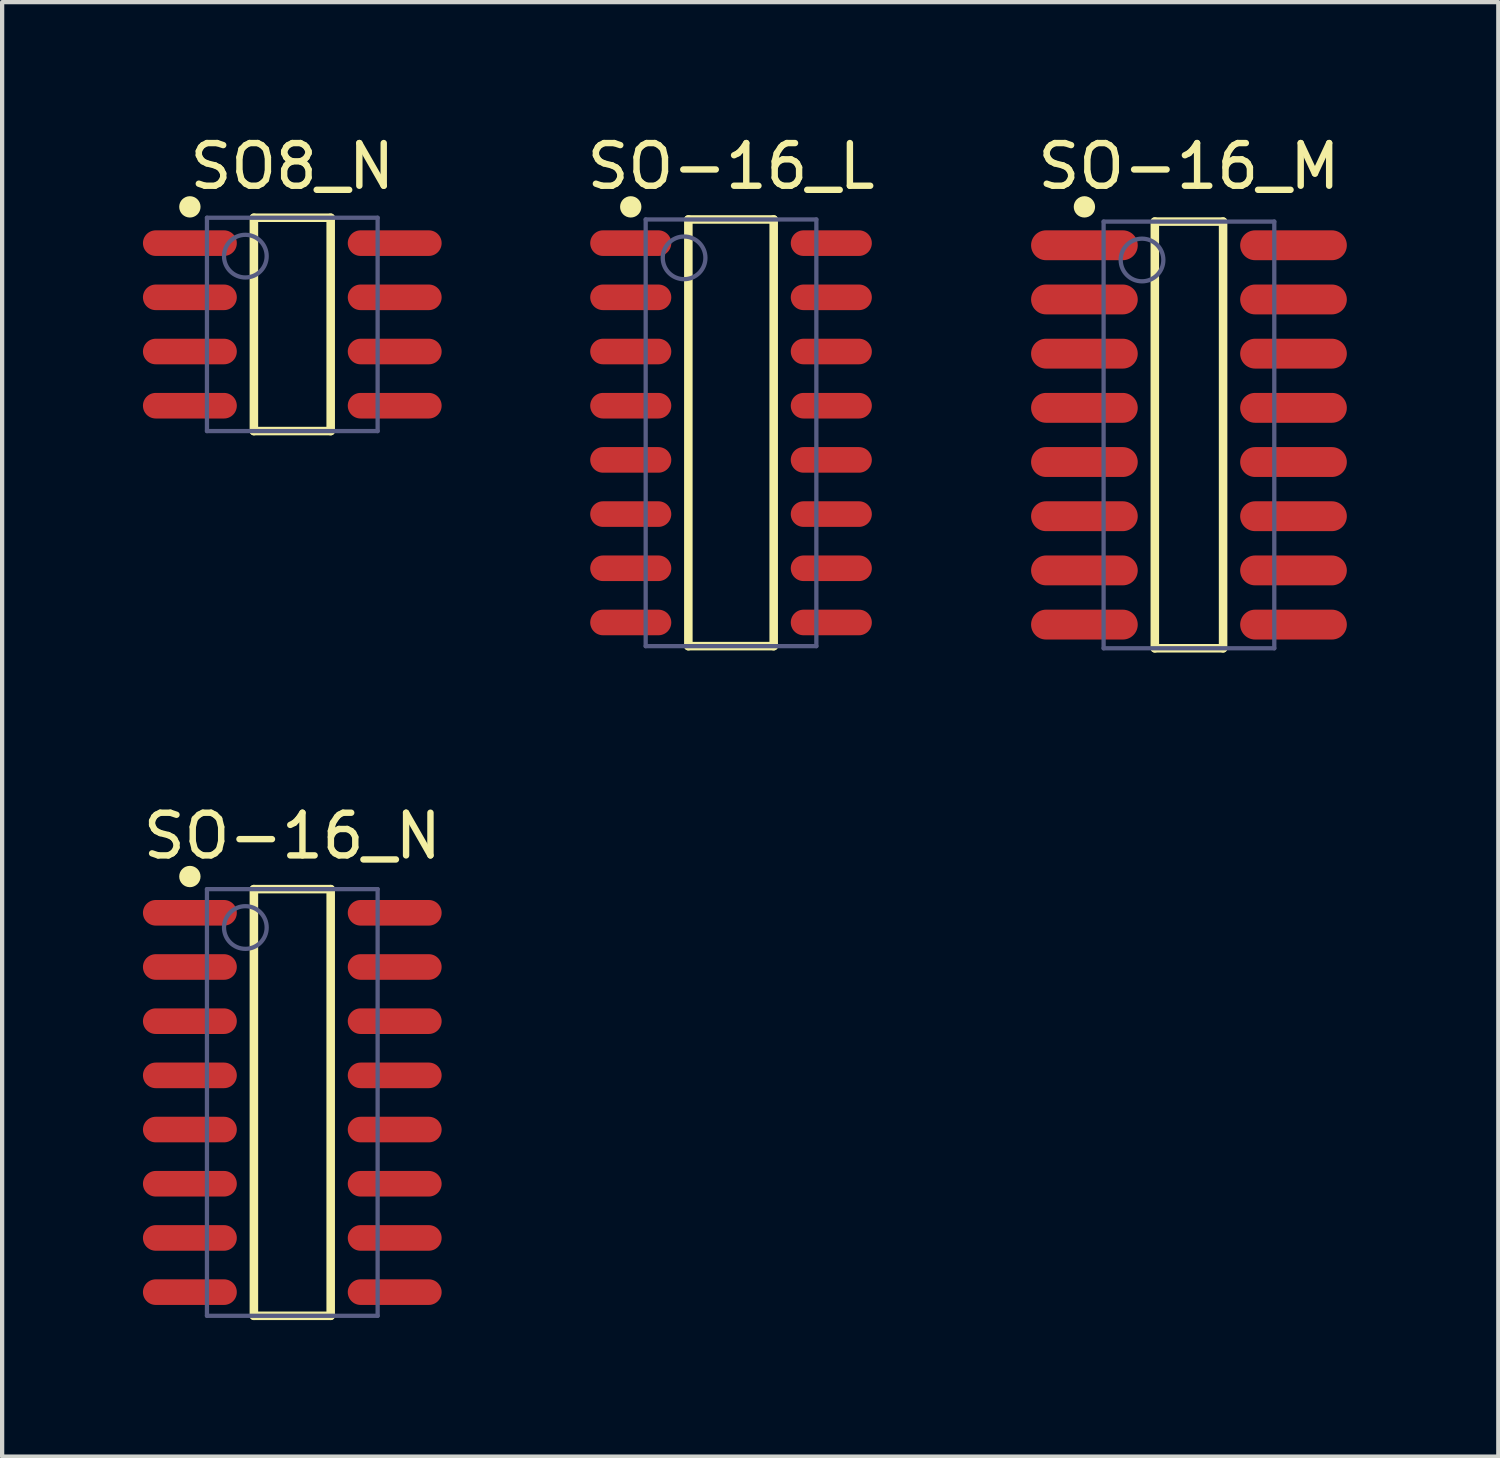
<source format=kicad_pcb>
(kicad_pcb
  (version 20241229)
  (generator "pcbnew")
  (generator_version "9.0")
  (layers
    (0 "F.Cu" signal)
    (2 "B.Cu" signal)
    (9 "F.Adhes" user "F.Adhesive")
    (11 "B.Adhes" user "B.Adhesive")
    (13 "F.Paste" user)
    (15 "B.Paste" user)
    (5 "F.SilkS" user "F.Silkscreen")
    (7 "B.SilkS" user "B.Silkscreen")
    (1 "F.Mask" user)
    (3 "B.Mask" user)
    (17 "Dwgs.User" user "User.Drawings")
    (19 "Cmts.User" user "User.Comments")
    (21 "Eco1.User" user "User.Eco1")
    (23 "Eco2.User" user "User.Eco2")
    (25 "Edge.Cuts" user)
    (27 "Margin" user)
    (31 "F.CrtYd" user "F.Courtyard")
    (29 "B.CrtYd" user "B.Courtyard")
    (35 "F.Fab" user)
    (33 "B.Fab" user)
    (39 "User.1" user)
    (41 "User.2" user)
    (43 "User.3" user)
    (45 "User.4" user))
  (footprint "SO-16_N"
    (layer "F.Cu")
    (at 3.8 22.787)
    (property "Reference" "SO-16_N" (at 0 -6.245 0) (layer "F.SilkS") (effects (font (size 1 1) (thickness 0.15))))
    (fp_line (start -0.9 -5) (end 0.9 -5) (stroke (width 0.2) (type solid)) (layer "F.SilkS"))
    (fp_line (start -0.9 5) (end -0.9 -5) (stroke (width 0.2) (type solid)) (layer "F.SilkS"))
    (fp_line (start -0.9 5) (end 0.9 5) (stroke (width 0.2) (type solid)) (layer "F.SilkS"))
    (fp_line (start 0.9 5) (end 0.9 -5) (stroke (width 0.2) (type solid)) (layer "F.SilkS"))
    (fp_circle (center -2.4 -5.295) (end -2.4 -5.42) (stroke (width 0.25) (type solid)) (fill no) (layer "F.SilkS"))
    (fp_line (start -3.75 -5.25) (end 3.75 -5.25) (stroke (width 0.1) (type solid)) (layer "Eco2.User"))
    (fp_line (start -3.75 5.25) (end -3.75 -5.25) (stroke (width 0.1) (type solid)) (layer "Eco2.User"))
    (fp_line (start -3.75 5.25) (end 3.75 5.25) (stroke (width 0.1) (type solid)) (layer "Eco2.User"))
    (fp_line (start -0.5 0) (end 0.5 0) (stroke (width 0.1) (type solid)) (layer "Eco2.User"))
    (fp_line (start 0 0.5) (end 0 -0.5) (stroke (width 0.1) (type solid)) (layer "Eco2.User"))
    (fp_line (start 3.75 5.25) (end 3.75 -5.25) (stroke (width 0.1) (type solid)) (layer "Eco2.User"))
    (fp_line (start -2 -5) (end 2 -5) (stroke (width 0.1) (type solid)) (layer "B.Fab"))
    (fp_line (start -2 5) (end -2 -5) (stroke (width 0.1) (type solid)) (layer "B.Fab"))
    (fp_line (start -2 5) (end 2 5) (stroke (width 0.1) (type solid)) (layer "B.Fab"))
    (fp_line (start 2 5) (end 2 -5) (stroke (width 0.1) (type solid)) (layer "B.Fab"))
    (fp_circle (center -1.1 -4.1) (end -1.1 -4.6) (stroke (width 0.1) (type solid)) (fill no) (layer "B.Fab"))
    (pad "1" smd oval (at -2.4 -4.445 90) (size 0.6 2.2) (layers "F.Cu" "F.Mask" "F.Paste"))
    (pad "2" smd oval (at -2.4 -3.175 90) (size 0.6 2.2) (layers "F.Cu" "F.Mask" "F.Paste"))
    (pad "3" smd oval (at -2.4 -1.905 90) (size 0.6 2.2) (layers "F.Cu" "F.Mask" "F.Paste"))
    (pad "4" smd oval (at -2.4 -0.635 90) (size 0.6 2.2) (layers "F.Cu" "F.Mask" "F.Paste"))
    (pad "5" smd oval (at -2.4 0.635 90) (size 0.6 2.2) (layers "F.Cu" "F.Mask" "F.Paste"))
    (pad "6" smd oval (at -2.4 1.905 90) (size 0.6 2.2) (layers "F.Cu" "F.Mask" "F.Paste"))
    (pad "7" smd oval (at -2.4 3.175 90) (size 0.6 2.2) (layers "F.Cu" "F.Mask" "F.Paste"))
    (pad "8" smd oval (at -2.4 4.445 90) (size 0.6 2.2) (layers "F.Cu" "F.Mask" "F.Paste"))
    (pad "9" smd oval (at 2.4 4.445 90) (size 0.6 2.2) (layers "F.Cu" "F.Mask" "F.Paste"))
    (pad "10" smd oval (at 2.4 3.175 90) (size 0.6 2.2) (layers "F.Cu" "F.Mask" "F.Paste"))
    (pad "11" smd oval (at 2.4 1.905 90) (size 0.6 2.2) (layers "F.Cu" "F.Mask" "F.Paste"))
    (pad "12" smd oval (at 2.4 0.635 90) (size 0.6 2.2) (layers "F.Cu" "F.Mask" "F.Paste"))
    (pad "13" smd oval (at 2.4 -0.635 90) (size 0.6 2.2) (layers "F.Cu" "F.Mask" "F.Paste"))
    (pad "14" smd oval (at 2.4 -1.905 90) (size 0.6 2.2) (layers "F.Cu" "F.Mask" "F.Paste"))
    (pad "15" smd oval (at 2.4 -3.175 90) (size 0.6 2.2) (layers "F.Cu" "F.Mask" "F.Paste"))
    (pad "16" smd oval (at 2.4 -4.445 90) (size 0.6 2.2) (layers "F.Cu" "F.Mask" "F.Paste")))
  (footprint "SO8_N"
    (layer "F.Cu")
    (at 3.8 4.553)
    (property "Reference" "SO8_N" (at 0 -3.705 0) (layer "F.SilkS") (effects (font (size 1 1) (thickness 0.15))))
    (fp_line (start -0.9 -2.5) (end 0.9 -2.5) (stroke (width 0.2) (type solid)) (layer "F.SilkS"))
    (fp_line (start -0.9 2.5) (end -0.9 -2.5) (stroke (width 0.2) (type solid)) (layer "F.SilkS"))
    (fp_line (start -0.9 2.5) (end 0.9 2.5) (stroke (width 0.2) (type solid)) (layer "F.SilkS"))
    (fp_line (start 0.9 2.5) (end 0.9 -2.5) (stroke (width 0.2) (type solid)) (layer "F.SilkS"))
    (fp_circle (center -2.4 -2.755) (end -2.4 -2.88) (stroke (width 0.25) (type solid)) (fill no) (layer "F.SilkS"))
    (fp_line (start -3.75 -2.75) (end 3.75 -2.75) (stroke (width 0.1) (type solid)) (layer "Eco2.User"))
    (fp_line (start -3.75 2.75) (end -3.75 -2.75) (stroke (width 0.1) (type solid)) (layer "Eco2.User"))
    (fp_line (start -3.75 2.75) (end 3.75 2.75) (stroke (width 0.1) (type solid)) (layer "Eco2.User"))
    (fp_line (start -0.5 0) (end 0.5 0) (stroke (width 0.1) (type solid)) (layer "Eco2.User"))
    (fp_line (start 0 0.5) (end 0 -0.5) (stroke (width 0.1) (type solid)) (layer "Eco2.User"))
    (fp_line (start 3.75 2.75) (end 3.75 -2.75) (stroke (width 0.1) (type solid)) (layer "Eco2.User"))
    (fp_line (start -2 -2.5) (end 2 -2.5) (stroke (width 0.1) (type solid)) (layer "B.Fab"))
    (fp_line (start -2 2.5) (end -2 -2.5) (stroke (width 0.1) (type solid)) (layer "B.Fab"))
    (fp_line (start -2 2.5) (end 2 2.5) (stroke (width 0.1) (type solid)) (layer "B.Fab"))
    (fp_line (start 2 2.5) (end 2 -2.5) (stroke (width 0.1) (type solid)) (layer "B.Fab"))
    (fp_circle (center -1.1 -1.6) (end -1.1 -2.1) (stroke (width 0.1) (type solid)) (fill no) (layer "B.Fab"))
    (pad "1" smd oval (at -2.4 -1.905 90) (size 0.6 2.2) (layers "F.Cu" "F.Mask" "F.Paste"))
    (pad "2" smd oval (at -2.4 -0.635 90) (size 0.6 2.2) (layers "F.Cu" "F.Mask" "F.Paste"))
    (pad "3" smd oval (at -2.4 0.635 90) (size 0.6 2.2) (layers "F.Cu" "F.Mask" "F.Paste"))
    (pad "4" smd oval (at -2.4 1.905 90) (size 0.6 2.2) (layers "F.Cu" "F.Mask" "F.Paste"))
    (pad "5" smd oval (at 2.4 1.905 90) (size 0.6 2.2) (layers "F.Cu" "F.Mask" "F.Paste"))
    (pad "6" smd oval (at 2.4 0.635 90) (size 0.6 2.2) (layers "F.Cu" "F.Mask" "F.Paste"))
    (pad "7" smd oval (at 2.4 -0.635 90) (size 0.6 2.2) (layers "F.Cu" "F.Mask" "F.Paste"))
    (pad "8" smd oval (at 2.4 -1.905 90) (size 0.6 2.2) (layers "F.Cu" "F.Mask" "F.Paste")))
  (footprint "SO-16_L"
    (layer "F.Cu")
    (at 14.082 7.093)
    (property "Reference" "SO-16_L" (at 0 -6.245 0) (layer "F.SilkS") (effects (font (size 1 1) (thickness 0.15))))
    (fp_line (start -1 -5) (end 1 -5) (stroke (width 0.2) (type solid)) (layer "F.SilkS"))
    (fp_line (start -1 5) (end -1 -5) (stroke (width 0.2) (type solid)) (layer "F.SilkS"))
    (fp_line (start -1 5) (end 1 5) (stroke (width 0.2) (type solid)) (layer "F.SilkS"))
    (fp_line (start 1 5) (end 1 -5) (stroke (width 0.2) (type solid)) (layer "F.SilkS"))
    (fp_circle (center -2.35 -5.295) (end -2.35 -5.42) (stroke (width 0.25) (type solid)) (fill no) (layer "F.SilkS"))
    (fp_line (start -3.4 -5.1) (end 3.4 -5.1) (stroke (width 0.1) (type solid)) (layer "Eco2.User"))
    (fp_line (start -3.4 5.1) (end -3.4 -5.1) (stroke (width 0.1) (type solid)) (layer "Eco2.User"))
    (fp_line (start -3.4 5.1) (end 3.4 5.1) (stroke (width 0.1) (type solid)) (layer "Eco2.User"))
    (fp_line (start -0.5 0) (end 0.5 0) (stroke (width 0.1) (type solid)) (layer "Eco2.User"))
    (fp_line (start 0 0.5) (end 0 -0.5) (stroke (width 0.1) (type solid)) (layer "Eco2.User"))
    (fp_line (start 3.4 5.1) (end 3.4 -5.1) (stroke (width 0.1) (type solid)) (layer "Eco2.User"))
    (fp_line (start -2 -5) (end 2 -5) (stroke (width 0.1) (type solid)) (layer "B.Fab"))
    (fp_line (start -2 5) (end -2 -5) (stroke (width 0.1) (type solid)) (layer "B.Fab"))
    (fp_line (start -2 5) (end 2 5) (stroke (width 0.1) (type solid)) (layer "B.Fab"))
    (fp_line (start 2 5) (end 2 -5) (stroke (width 0.1) (type solid)) (layer "B.Fab"))
    (fp_circle (center -1.1 -4.1) (end -1.1 -4.6) (stroke (width 0.1) (type solid)) (fill no) (layer "B.Fab"))
    (pad "1" smd oval (at -2.35 -4.445 90) (size 0.6 1.9) (layers "F.Cu" "F.Mask" "F.Paste"))
    (pad "2" smd oval (at -2.35 -3.175 90) (size 0.6 1.9) (layers "F.Cu" "F.Mask" "F.Paste"))
    (pad "3" smd oval (at -2.35 -1.905 90) (size 0.6 1.9) (layers "F.Cu" "F.Mask" "F.Paste"))
    (pad "4" smd oval (at -2.35 -0.635 90) (size 0.6 1.9) (layers "F.Cu" "F.Mask" "F.Paste"))
    (pad "5" smd oval (at -2.35 0.635 90) (size 0.6 1.9) (layers "F.Cu" "F.Mask" "F.Paste"))
    (pad "6" smd oval (at -2.35 1.905 90) (size 0.6 1.9) (layers "F.Cu" "F.Mask" "F.Paste"))
    (pad "7" smd oval (at -2.35 3.175 90) (size 0.6 1.9) (layers "F.Cu" "F.Mask" "F.Paste"))
    (pad "8" smd oval (at -2.35 4.445 90) (size 0.6 1.9) (layers "F.Cu" "F.Mask" "F.Paste"))
    (pad "9" smd oval (at 2.35 4.445 90) (size 0.6 1.9) (layers "F.Cu" "F.Mask" "F.Paste"))
    (pad "10" smd oval (at 2.35 3.175 90) (size 0.6 1.9) (layers "F.Cu" "F.Mask" "F.Paste"))
    (pad "11" smd oval (at 2.35 1.905 90) (size 0.6 1.9) (layers "F.Cu" "F.Mask" "F.Paste"))
    (pad "12" smd oval (at 2.35 0.635 90) (size 0.6 1.9) (layers "F.Cu" "F.Mask" "F.Paste"))
    (pad "13" smd oval (at 2.35 -0.635 90) (size 0.6 1.9) (layers "F.Cu" "F.Mask" "F.Paste"))
    (pad "14" smd oval (at 2.35 -1.905 90) (size 0.6 1.9) (layers "F.Cu" "F.Mask" "F.Paste"))
    (pad "15" smd oval (at 2.35 -3.175 90) (size 0.6 1.9) (layers "F.Cu" "F.Mask" "F.Paste"))
    (pad "16" smd oval (at 2.35 -4.445 90) (size 0.6 1.9) (layers "F.Cu" "F.Mask" "F.Paste")))
  (footprint "SO-16_M"
    (layer "F.Cu")
    (at 24.814 7.143)
    (property "Reference" "SO-16_M" (at 0 -6.295 0) (layer "F.SilkS") (effects (font (size 1 1) (thickness 0.15))))
    (fp_line (start -0.8 -5) (end 0.8 -5) (stroke (width 0.2) (type solid)) (layer "F.SilkS"))
    (fp_line (start -0.8 5) (end -0.8 -5) (stroke (width 0.2) (type solid)) (layer "F.SilkS"))
    (fp_line (start -0.8 5) (end 0.8 5) (stroke (width 0.2) (type solid)) (layer "F.SilkS"))
    (fp_line (start 0.8 5) (end 0.8 -5) (stroke (width 0.2) (type solid)) (layer "F.SilkS"))
    (fp_circle (center -2.45 -5.345) (end -2.45 -5.47) (stroke (width 0.25) (type solid)) (fill no) (layer "F.SilkS"))
    (fp_line (start -4.2 -5.5) (end 4.2 -5.5) (stroke (width 0.1) (type solid)) (layer "Eco2.User"))
    (fp_line (start -4.2 5.5) (end -4.2 -5.5) (stroke (width 0.1) (type solid)) (layer "Eco2.User"))
    (fp_line (start -4.2 5.5) (end 4.2 5.5) (stroke (width 0.1) (type solid)) (layer "Eco2.User"))
    (fp_line (start -0.5 0) (end 0.5 0) (stroke (width 0.1) (type solid)) (layer "Eco2.User"))
    (fp_line (start 0 0.5) (end 0 -0.5) (stroke (width 0.1) (type solid)) (layer "Eco2.User"))
    (fp_line (start 4.2 5.5) (end 4.2 -5.5) (stroke (width 0.1) (type solid)) (layer "Eco2.User"))
    (fp_line (start -2 -5) (end 2 -5) (stroke (width 0.1) (type solid)) (layer "B.Fab"))
    (fp_line (start -2 5) (end -2 -5) (stroke (width 0.1) (type solid)) (layer "B.Fab"))
    (fp_line (start -2 5) (end 2 5) (stroke (width 0.1) (type solid)) (layer "B.Fab"))
    (fp_line (start 2 5) (end 2 -5) (stroke (width 0.1) (type solid)) (layer "B.Fab"))
    (fp_circle (center -1.1 -4.1) (end -1.1 -4.6) (stroke (width 0.1) (type solid)) (fill no) (layer "B.Fab"))
    (pad "1" smd oval (at -2.45 -4.445 90) (size 0.7 2.5) (layers "F.Cu" "F.Mask" "F.Paste"))
    (pad "2" smd oval (at -2.45 -3.175 90) (size 0.7 2.5) (layers "F.Cu" "F.Mask" "F.Paste"))
    (pad "3" smd oval (at -2.45 -1.905 90) (size 0.7 2.5) (layers "F.Cu" "F.Mask" "F.Paste"))
    (pad "4" smd oval (at -2.45 -0.635 90) (size 0.7 2.5) (layers "F.Cu" "F.Mask" "F.Paste"))
    (pad "5" smd oval (at -2.45 0.635 90) (size 0.7 2.5) (layers "F.Cu" "F.Mask" "F.Paste"))
    (pad "6" smd oval (at -2.45 1.905 90) (size 0.7 2.5) (layers "F.Cu" "F.Mask" "F.Paste"))
    (pad "7" smd oval (at -2.45 3.175 90) (size 0.7 2.5) (layers "F.Cu" "F.Mask" "F.Paste"))
    (pad "8" smd oval (at -2.45 4.445 90) (size 0.7 2.5) (layers "F.Cu" "F.Mask" "F.Paste"))
    (pad "9" smd oval (at 2.45 4.445 90) (size 0.7 2.5) (layers "F.Cu" "F.Mask" "F.Paste"))
    (pad "10" smd oval (at 2.45 3.175 90) (size 0.7 2.5) (layers "F.Cu" "F.Mask" "F.Paste"))
    (pad "11" smd oval (at 2.45 1.905 90) (size 0.7 2.5) (layers "F.Cu" "F.Mask" "F.Paste"))
    (pad "12" smd oval (at 2.45 0.635 90) (size 0.7 2.5) (layers "F.Cu" "F.Mask" "F.Paste"))
    (pad "13" smd oval (at 2.45 -0.635 90) (size 0.7 2.5) (layers "F.Cu" "F.Mask" "F.Paste"))
    (pad "14" smd oval (at 2.45 -1.905 90) (size 0.7 2.5) (layers "F.Cu" "F.Mask" "F.Paste"))
    (pad "15" smd oval (at 2.45 -3.175 90) (size 0.7 2.5) (layers "F.Cu" "F.Mask" "F.Paste"))
    (pad "16" smd oval (at 2.45 -4.445 90) (size 0.7 2.5) (layers "F.Cu" "F.Mask" "F.Paste")))
  (gr_rect
    (start -3 -3)
    (end 32.064 31.087)
    (stroke (width 0.1) (type default))
    (fill no)
    (layer "Edge.Cuts")))
</source>
